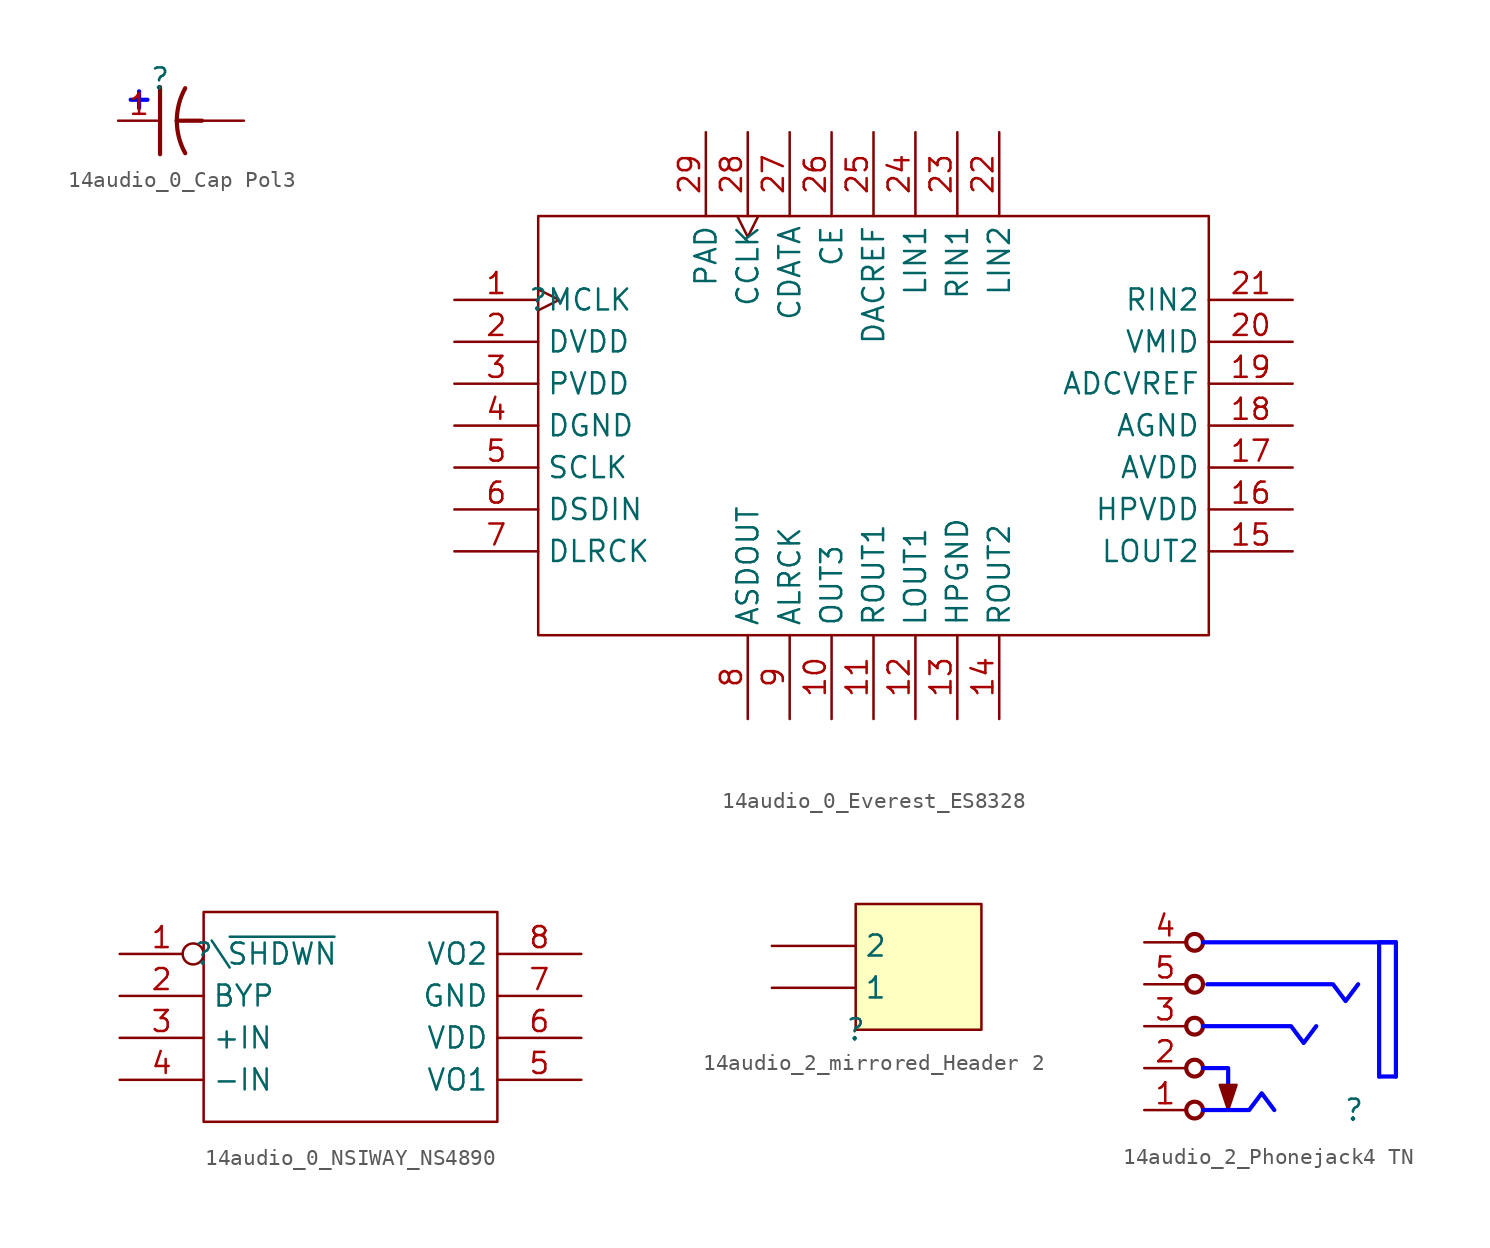
<source format=kicad_sym>
(kicad_symbol_lib
  (version 20220914)
  (generator kicad_symbol_editor)
  (symbol "14audio_0_Cap Pol3"
    (property "Reference" ""
      (at 0 0 0)
      (effects (font (size 1.27 1.27))))
    (property "Value" ""
      (at 0 0 0)
      (effects (font (size 1.27 1.27))))
    (symbol "14audio_0_Cap Pol3_1_0"
      (polyline (pts (xy -1.27 -1.778) (xy -1.27 -0.762)) (stroke (width 0.254) (type solid) (color 0 0 255 1)) (fill (type none)))
      (polyline (pts (xy -0.762 -1.27) (xy -1.778 -1.27)) (stroke (width 0.254) (type solid) (color 0 0 255 1)) (fill (type none)))
      (polyline (pts (xy 0 -4.572) (xy 0 -0.508)) (stroke (width 0.254) (type solid)) (fill (type none)))
      (polyline (pts (xy 1.016 -2.54) (xy 2.54 -2.54)) (stroke (width 0.254) (type solid)) (fill (type none)))
      (arc (start 1.016 -2.54) (mid 1.1454 -3.5575) (end 1.5255 -4.5103) (stroke (width 0.254) (type solid)) (fill (type none)))
      (arc (start 1.5255 -0.5697) (mid 1.1454 -1.5224) (end 1.016 -2.54) (stroke (width 0.254) (type solid)) (fill (type none)))
      (pin passive line (at -2.54 -2.54 0) (length 2.54) (name "1" (effects (font (size 0 0)))) (number "1" (effects (font (size 1.27 1.27)))))
      (pin passive line (at 5.08 -2.54 180) (length 2.54) (name "2" (effects (font (size 0 0)))) (number "2" (effects (font (size 0 0)))))))
  (symbol "14audio_0_Everest_ES8328"
    (property "Reference" ""
      (at 0 0 0)
      (effects (font (size 1.27 1.27))))
    (property "Value" ""
      (at 0 0 0)
      (effects (font (size 1.27 1.27))))
    (symbol "14audio_0_Everest_ES8328_1_0"
      (rectangle (start 40.64 5.08) (end 0 -20.32) (stroke (width 0) (type solid)) (fill (type none)))
      (pin input clock (at -5.08 0 0) (length 5.08) (name "MCLK" (effects (font (size 1.27 1.27)))) (number "1" (effects (font (size 1.27 1.27)))))
      (pin output line (at 17.78 -25.4 90) (length 5.08) (name "OUT3" (effects (font (size 1.27 1.27)))) (number "10" (effects (font (size 1.27 1.27)))))
      (pin output line (at 20.32 -25.4 90) (length 5.08) (name "ROUT1" (effects (font (size 1.27 1.27)))) (number "11" (effects (font (size 1.27 1.27)))))
      (pin output line (at 22.86 -25.4 90) (length 5.08) (name "LOUT1" (effects (font (size 1.27 1.27)))) (number "12" (effects (font (size 1.27 1.27)))))
      (pin power_in line (at 25.4 -25.4 90) (length 5.08) (name "HPGND" (effects (font (size 1.27 1.27)))) (number "13" (effects (font (size 1.27 1.27)))))
      (pin output line (at 27.94 -25.4 90) (length 5.08) (name "ROUT2" (effects (font (size 1.27 1.27)))) (number "14" (effects (font (size 1.27 1.27)))))
      (pin output line (at 45.72 -15.24 180) (length 5.08) (name "LOUT2" (effects (font (size 1.27 1.27)))) (number "15" (effects (font (size 1.27 1.27)))))
      (pin power_in line (at 45.72 -12.7 180) (length 5.08) (name "HPVDD" (effects (font (size 1.27 1.27)))) (number "16" (effects (font (size 1.27 1.27)))))
      (pin power_in line (at 45.72 -10.16 180) (length 5.08) (name "AVDD" (effects (font (size 1.27 1.27)))) (number "17" (effects (font (size 1.27 1.27)))))
      (pin power_in line (at 45.72 -7.62 180) (length 5.08) (name "AGND" (effects (font (size 1.27 1.27)))) (number "18" (effects (font (size 1.27 1.27)))))
      (pin passive line (at 45.72 -5.08 180) (length 5.08) (name "ADCVREF" (effects (font (size 1.27 1.27)))) (number "19" (effects (font (size 1.27 1.27)))))
      (pin power_in line (at -5.08 -2.54 0) (length 5.08) (name "DVDD" (effects (font (size 1.27 1.27)))) (number "2" (effects (font (size 1.27 1.27)))))
      (pin passive line (at 45.72 -2.54 180) (length 5.08) (name "VMID" (effects (font (size 1.27 1.27)))) (number "20" (effects (font (size 1.27 1.27)))))
      (pin input line (at 45.72 0 180) (length 5.08) (name "RIN2" (effects (font (size 1.27 1.27)))) (number "21" (effects (font (size 1.27 1.27)))))
      (pin input line (at 27.94 10.16 270) (length 5.08) (name "LIN2" (effects (font (size 1.27 1.27)))) (number "22" (effects (font (size 1.27 1.27)))))
      (pin input line (at 25.4 10.16 270) (length 5.08) (name "RIN1" (effects (font (size 1.27 1.27)))) (number "23" (effects (font (size 1.27 1.27)))))
      (pin input line (at 22.86 10.16 270) (length 5.08) (name "LIN1" (effects (font (size 1.27 1.27)))) (number "24" (effects (font (size 1.27 1.27)))))
      (pin passive line (at 20.32 10.16 270) (length 5.08) (name "DACREF" (effects (font (size 1.27 1.27)))) (number "25" (effects (font (size 1.27 1.27)))))
      (pin input line (at 17.78 10.16 270) (length 5.08) (name "CE" (effects (font (size 1.27 1.27)))) (number "26" (effects (font (size 1.27 1.27)))))
      (pin bidirectional line (at 15.24 10.16 270) (length 5.08) (name "CDATA" (effects (font (size 1.27 1.27)))) (number "27" (effects (font (size 1.27 1.27)))))
      (pin input clock (at 12.7 10.16 270) (length 5.08) (name "CCLK" (effects (font (size 1.27 1.27)))) (number "28" (effects (font (size 1.27 1.27)))))
      (pin passive line (at 10.16 10.16 270) (length 5.08) (name "PAD" (effects (font (size 1.27 1.27)))) (number "29" (effects (font (size 1.27 1.27)))))
      (pin power_in line (at -5.08 -5.08 0) (length 5.08) (name "PVDD" (effects (font (size 1.27 1.27)))) (number "3" (effects (font (size 1.27 1.27)))))
      (pin power_in line (at -5.08 -7.62 0) (length 5.08) (name "DGND" (effects (font (size 1.27 1.27)))) (number "4" (effects (font (size 1.27 1.27)))))
      (pin bidirectional line (at -5.08 -10.16 0) (length 5.08) (name "SCLK" (effects (font (size 1.27 1.27)))) (number "5" (effects (font (size 1.27 1.27)))))
      (pin input line (at -5.08 -12.7 0) (length 5.08) (name "DSDIN" (effects (font (size 1.27 1.27)))) (number "6" (effects (font (size 1.27 1.27)))))
      (pin bidirectional line (at -5.08 -15.24 0) (length 5.08) (name "DLRCK" (effects (font (size 1.27 1.27)))) (number "7" (effects (font (size 1.27 1.27)))))
      (pin output line (at 12.7 -25.4 90) (length 5.08) (name "ASDOUT" (effects (font (size 1.27 1.27)))) (number "8" (effects (font (size 1.27 1.27)))))
      (pin bidirectional line (at 15.24 -25.4 90) (length 5.08) (name "ALRCK" (effects (font (size 1.27 1.27)))) (number "9" (effects (font (size 1.27 1.27)))))))
  (symbol "14audio_0_NSIWAY_NS4890"
    (property "Reference" ""
      (at 0 0 0)
      (effects (font (size 1.27 1.27))))
    (property "Value" ""
      (at 0 0 0)
      (effects (font (size 1.27 1.27))))
    (symbol "14audio_0_NSIWAY_NS4890_1_0"
      (rectangle (start 17.78 2.54) (end 0 -10.16) (stroke (width 0) (type solid)) (fill (type none)))
      (pin input inverted (at -5.08 0 0) (length 5.08) (name "\\~{SHDWN}" (effects (font (size 1.27 1.27)))) (number "1" (effects (font (size 1.27 1.27)))))
      (pin passive line (at -5.08 -2.54 0) (length 5.08) (name "BYP" (effects (font (size 1.27 1.27)))) (number "2" (effects (font (size 1.27 1.27)))))
      (pin input line (at -5.08 -5.08 0) (length 5.08) (name "+IN" (effects (font (size 1.27 1.27)))) (number "3" (effects (font (size 1.27 1.27)))))
      (pin input line (at -5.08 -7.62 0) (length 5.08) (name "-IN" (effects (font (size 1.27 1.27)))) (number "4" (effects (font (size 1.27 1.27)))))
      (pin output line (at 22.86 -7.62 180) (length 5.08) (name "VO1" (effects (font (size 1.27 1.27)))) (number "5" (effects (font (size 1.27 1.27)))))
      (pin power_in line (at 22.86 -5.08 180) (length 5.08) (name "VDD" (effects (font (size 1.27 1.27)))) (number "6" (effects (font (size 1.27 1.27)))))
      (pin power_in line (at 22.86 -2.54 180) (length 5.08) (name "GND" (effects (font (size 1.27 1.27)))) (number "7" (effects (font (size 1.27 1.27)))))
      (pin output line (at 22.86 0 180) (length 5.08) (name "VO2" (effects (font (size 1.27 1.27)))) (number "8" (effects (font (size 1.27 1.27)))))))
  (symbol "14audio_2_mirrored_Header 2"
    (property "Reference" ""
      (at 0 0 0)
      (effects (font (size 1.27 1.27))))
    (property "Value" ""
      (at 0 0 0)
      (effects (font (size 1.27 1.27))))
    (symbol "14audio_2_mirrored_Header 2_1_0"
      (rectangle (start 7.62 7.62) (end 0 0) (stroke (width 0) (type solid)) (fill (type background)))
      (pin passive line (at -5.08 2.54 0) (length 5.08) (name "1" (effects (font (size 1.27 1.27)))) (number "1" (effects (font (size 0 0)))))
      (pin passive line (at -5.08 5.08 0) (length 5.08) (name "2" (effects (font (size 1.27 1.27)))) (number "2" (effects (font (size 0 0)))))))
  (symbol "14audio_2_Phonejack4 TN"
    (property "Reference" ""
      (at 0 0 0)
      (effects (font (size 1.27 1.27))))
    (property "Value" ""
      (at 0 0 0)
      (effects (font (size 1.27 1.27))))
    (symbol "14audio_2_Phonejack4 TN_1_0"
      (circle (center -9.652 0) (radius 0.508) (stroke (width 0.254) (type solid)) (fill (type none)))
      (circle (center -9.652 2.54) (radius 0.508) (stroke (width 0.254) (type solid)) (fill (type none)))
      (circle (center -9.652 5.08) (radius 0.508) (stroke (width 0.254) (type solid)) (fill (type none)))
      (circle (center -9.652 7.62) (radius 0.508) (stroke (width 0.254) (type solid)) (fill (type none)))
      (circle (center -9.652 10.16) (radius 0.508) (stroke (width 0.254) (type solid)) (fill (type none)))
      (polyline (pts (xy -9.144 10.16) (xy 2.54 10.16)) (stroke (width 0.254) (type solid) (color 0 0 255 1)) (fill (type none)))
      (polyline (pts (xy 1.524 2.032) (xy 2.54 2.032)) (stroke (width 0.254) (type solid) (color 0 0 255 1)) (fill (type none)))
      (polyline (pts (xy 2.54 2.032) (xy 2.54 10.16)) (stroke (width 0.254) (type solid) (color 0 0 255 1)) (fill (type none)))
      (polyline (pts (xy -9.144 2.54) (xy -7.62 2.54) (xy -7.62 0.508)) (stroke (width 0.254) (type solid) (color 0 0 255 1)) (fill (type none)))
      (polyline (pts (xy 1.524 2.032) (xy 1.524 10.16) (xy 2.54 10.16)) (stroke (width 0.254) (type solid) (color 0 0 255 1)) (fill (type none)))
      (polyline (pts (xy -7.62 0) (xy -8.128 1.524) (xy -7.112 1.524) (xy -7.62 0)) (stroke (width 0) (type solid)) (fill (type outline)))
      (polyline (pts (xy -4.826 0) (xy -5.588 1.016) (xy -6.35 0) (xy -9.144 0)) (stroke (width 0.254) (type solid) (color 0 0 255 1)) (fill (type none)))
      (polyline (pts (xy -2.286 5.08) (xy -3.048 4.064) (xy -3.81 5.08) (xy -9.144 5.08)) (stroke (width 0.254) (type solid) (color 0 0 255 1)) (fill (type none)))
      (polyline (pts (xy 0.254 7.62) (xy -0.508 6.604) (xy -1.27 7.62) (xy -8.89 7.62)) (stroke (width 0.254) (type solid) (color 0 0 255 1)) (fill (type none)))
      (pin input line (at -12.7 0 0) (length 2.54) (name "T" (effects (font (size 0 0)))) (number "1" (effects (font (size 1.27 1.27)))))
      (pin passive line (at -12.7 2.54 0) (length 2.54) (name "TN" (effects (font (size 0 0)))) (number "2" (effects (font (size 1.27 1.27)))))
      (pin input line (at -12.7 5.08 0) (length 2.54) (name "R" (effects (font (size 0 0)))) (number "3" (effects (font (size 1.27 1.27)))))
      (pin power_in line (at -12.7 10.16 0) (length 2.54) (name "S" (effects (font (size 0 0)))) (number "4" (effects (font (size 1.27 1.27)))))
      (pin input line (at -12.7 7.62 0) (length 2.54) (name "R" (effects (font (size 0 0)))) (number "5" (effects (font (size 1.27 1.27))))))))
</source>
